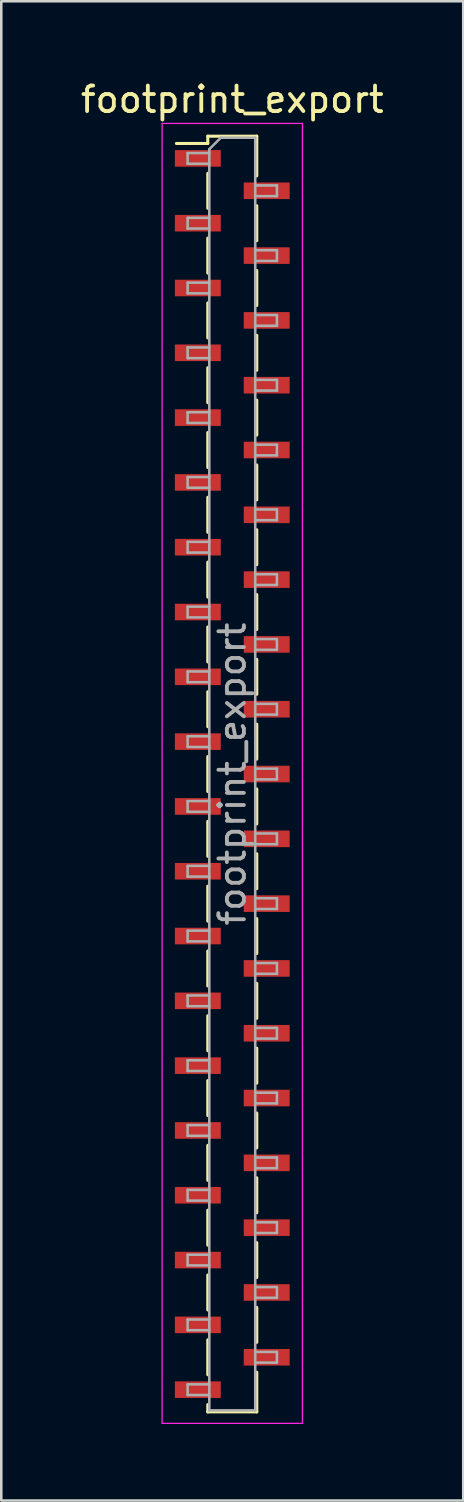
<source format=kicad_pcb>
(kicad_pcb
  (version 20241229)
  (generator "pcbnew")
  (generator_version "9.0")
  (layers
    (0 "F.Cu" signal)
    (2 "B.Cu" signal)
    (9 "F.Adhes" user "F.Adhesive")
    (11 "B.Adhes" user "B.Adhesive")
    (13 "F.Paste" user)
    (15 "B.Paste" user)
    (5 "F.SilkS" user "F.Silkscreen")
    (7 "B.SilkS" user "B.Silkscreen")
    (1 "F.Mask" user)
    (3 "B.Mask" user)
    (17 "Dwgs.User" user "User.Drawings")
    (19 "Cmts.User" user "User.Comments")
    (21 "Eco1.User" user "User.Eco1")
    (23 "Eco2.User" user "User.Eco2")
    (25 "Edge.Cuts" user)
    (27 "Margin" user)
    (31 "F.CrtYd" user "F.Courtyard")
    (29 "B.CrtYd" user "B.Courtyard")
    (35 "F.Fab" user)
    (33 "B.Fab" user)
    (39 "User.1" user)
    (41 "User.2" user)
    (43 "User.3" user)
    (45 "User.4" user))
  (footprint "footprint_export"
    (layer "F.Cu")
    (at 6.054 27.288)
    (property "Reference" "footprint_export" (at 0 -26.44 0) (layer "F.SilkS") (effects (font (size 1 1) (thickness 0.15))))
    (attr smd)
    (fp_line (start -2.19 -24.715) (end -0.96 -24.715) (stroke (width 0.12) (type solid)) (layer "F.SilkS"))
    (fp_line (start -0.96 -25) (end -0.96 -24.715) (stroke (width 0.12) (type solid)) (layer "F.SilkS"))
    (fp_line (start -0.96 -25) (end 0.96 -25) (stroke (width 0.12) (type solid)) (layer "F.SilkS"))
    (fp_line (start -0.96 -23.545) (end -0.96 -22.175) (stroke (width 0.12) (type solid)) (layer "F.SilkS"))
    (fp_line (start -0.96 -21.005) (end -0.96 -19.635) (stroke (width 0.12) (type solid)) (layer "F.SilkS"))
    (fp_line (start -0.96 -18.465) (end -0.96 -17.095) (stroke (width 0.12) (type solid)) (layer "F.SilkS"))
    (fp_line (start -0.96 -15.925) (end -0.96 -14.555) (stroke (width 0.12) (type solid)) (layer "F.SilkS"))
    (fp_line (start -0.96 -13.385) (end -0.96 -12.015) (stroke (width 0.12) (type solid)) (layer "F.SilkS"))
    (fp_line (start -0.96 -10.845) (end -0.96 -9.475) (stroke (width 0.12) (type solid)) (layer "F.SilkS"))
    (fp_line (start -0.96 -8.305) (end -0.96 -6.935) (stroke (width 0.12) (type solid)) (layer "F.SilkS"))
    (fp_line (start -0.96 -5.765) (end -0.96 -4.395) (stroke (width 0.12) (type solid)) (layer "F.SilkS"))
    (fp_line (start -0.96 -3.225) (end -0.96 -1.855) (stroke (width 0.12) (type solid)) (layer "F.SilkS"))
    (fp_line (start -0.96 -0.685) (end -0.96 0.685) (stroke (width 0.12) (type solid)) (layer "F.SilkS"))
    (fp_line (start -0.96 1.855) (end -0.96 3.225) (stroke (width 0.12) (type solid)) (layer "F.SilkS"))
    (fp_line (start -0.96 4.395) (end -0.96 5.765) (stroke (width 0.12) (type solid)) (layer "F.SilkS"))
    (fp_line (start -0.96 6.935) (end -0.96 8.305) (stroke (width 0.12) (type solid)) (layer "F.SilkS"))
    (fp_line (start -0.96 9.475) (end -0.96 10.845) (stroke (width 0.12) (type solid)) (layer "F.SilkS"))
    (fp_line (start -0.96 12.015) (end -0.96 13.385) (stroke (width 0.12) (type solid)) (layer "F.SilkS"))
    (fp_line (start -0.96 14.555) (end -0.96 15.925) (stroke (width 0.12) (type solid)) (layer "F.SilkS"))
    (fp_line (start -0.96 17.095) (end -0.96 18.465) (stroke (width 0.12) (type solid)) (layer "F.SilkS"))
    (fp_line (start -0.96 19.635) (end -0.96 21.005) (stroke (width 0.12) (type solid)) (layer "F.SilkS"))
    (fp_line (start -0.96 22.175) (end -0.96 23.545) (stroke (width 0.12) (type solid)) (layer "F.SilkS"))
    (fp_line (start -0.96 24.715) (end -0.96 25) (stroke (width 0.12) (type solid)) (layer "F.SilkS"))
    (fp_line (start -0.96 25) (end 0.96 25) (stroke (width 0.12) (type solid)) (layer "F.SilkS"))
    (fp_line (start 0.96 -25) (end 0.96 -23.445) (stroke (width 0.12) (type solid)) (layer "F.SilkS"))
    (fp_line (start 0.96 -22.275) (end 0.96 -20.905) (stroke (width 0.12) (type solid)) (layer "F.SilkS"))
    (fp_line (start 0.96 -19.735) (end 0.96 -18.365) (stroke (width 0.12) (type solid)) (layer "F.SilkS"))
    (fp_line (start 0.96 -17.195) (end 0.96 -15.825) (stroke (width 0.12) (type solid)) (layer "F.SilkS"))
    (fp_line (start 0.96 -14.655) (end 0.96 -13.285) (stroke (width 0.12) (type solid)) (layer "F.SilkS"))
    (fp_line (start 0.96 -12.115) (end 0.96 -10.745) (stroke (width 0.12) (type solid)) (layer "F.SilkS"))
    (fp_line (start 0.96 -9.575) (end 0.96 -8.205) (stroke (width 0.12) (type solid)) (layer "F.SilkS"))
    (fp_line (start 0.96 -7.035) (end 0.96 -5.665) (stroke (width 0.12) (type solid)) (layer "F.SilkS"))
    (fp_line (start 0.96 -4.495) (end 0.96 -3.125) (stroke (width 0.12) (type solid)) (layer "F.SilkS"))
    (fp_line (start 0.96 -1.955) (end 0.96 -0.585) (stroke (width 0.12) (type solid)) (layer "F.SilkS"))
    (fp_line (start 0.96 0.585) (end 0.96 1.955) (stroke (width 0.12) (type solid)) (layer "F.SilkS"))
    (fp_line (start 0.96 3.125) (end 0.96 4.495) (stroke (width 0.12) (type solid)) (layer "F.SilkS"))
    (fp_line (start 0.96 5.665) (end 0.96 7.035) (stroke (width 0.12) (type solid)) (layer "F.SilkS"))
    (fp_line (start 0.96 8.205) (end 0.96 9.575) (stroke (width 0.12) (type solid)) (layer "F.SilkS"))
    (fp_line (start 0.96 10.745) (end 0.96 12.115) (stroke (width 0.12) (type solid)) (layer "F.SilkS"))
    (fp_line (start 0.96 13.285) (end 0.96 14.655) (stroke (width 0.12) (type solid)) (layer "F.SilkS"))
    (fp_line (start 0.96 15.825) (end 0.96 17.195) (stroke (width 0.12) (type solid)) (layer "F.SilkS"))
    (fp_line (start 0.96 18.365) (end 0.96 19.735) (stroke (width 0.12) (type solid)) (layer "F.SilkS"))
    (fp_line (start 0.96 20.905) (end 0.96 22.275) (stroke (width 0.12) (type solid)) (layer "F.SilkS"))
    (fp_line (start 0.96 23.445) (end 0.96 25) (stroke (width 0.12) (type solid)) (layer "F.SilkS"))
    (fp_line (start -2.75 -25.5) (end 2.75 -25.5) (stroke (width 0.05) (type solid)) (layer "F.CrtYd"))
    (fp_line (start -2.75 25.45) (end -2.75 -25.5) (stroke (width 0.05) (type solid)) (layer "F.CrtYd"))
    (fp_line (start 2.75 -25.5) (end 2.75 25.45) (stroke (width 0.05) (type solid)) (layer "F.CrtYd"))
    (fp_line (start 2.75 25.45) (end -2.75 25.45) (stroke (width 0.05) (type solid)) (layer "F.CrtYd"))
    (fp_line (start -1.75 -24.34) (end -0.9 -24.34) (stroke (width 0.1) (type solid)) (layer "F.Fab"))
    (fp_line (start -1.75 -23.92) (end -1.75 -24.34) (stroke (width 0.1) (type solid)) (layer "F.Fab"))
    (fp_line (start -1.75 -21.8) (end -0.9 -21.8) (stroke (width 0.1) (type solid)) (layer "F.Fab"))
    (fp_line (start -1.75 -21.38) (end -1.75 -21.8) (stroke (width 0.1) (type solid)) (layer "F.Fab"))
    (fp_line (start -1.75 -19.26) (end -0.9 -19.26) (stroke (width 0.1) (type solid)) (layer "F.Fab"))
    (fp_line (start -1.75 -18.84) (end -1.75 -19.26) (stroke (width 0.1) (type solid)) (layer "F.Fab"))
    (fp_line (start -1.75 -16.72) (end -0.9 -16.72) (stroke (width 0.1) (type solid)) (layer "F.Fab"))
    (fp_line (start -1.75 -16.3) (end -1.75 -16.72) (stroke (width 0.1) (type solid)) (layer "F.Fab"))
    (fp_line (start -1.75 -14.18) (end -0.9 -14.18) (stroke (width 0.1) (type solid)) (layer "F.Fab"))
    (fp_line (start -1.75 -13.76) (end -1.75 -14.18) (stroke (width 0.1) (type solid)) (layer "F.Fab"))
    (fp_line (start -1.75 -11.64) (end -0.9 -11.64) (stroke (width 0.1) (type solid)) (layer "F.Fab"))
    (fp_line (start -1.75 -11.22) (end -1.75 -11.64) (stroke (width 0.1) (type solid)) (layer "F.Fab"))
    (fp_line (start -1.75 -9.1) (end -0.9 -9.1) (stroke (width 0.1) (type solid)) (layer "F.Fab"))
    (fp_line (start -1.75 -8.68) (end -1.75 -9.1) (stroke (width 0.1) (type solid)) (layer "F.Fab"))
    (fp_line (start -1.75 -6.56) (end -0.9 -6.56) (stroke (width 0.1) (type solid)) (layer "F.Fab"))
    (fp_line (start -1.75 -6.14) (end -1.75 -6.56) (stroke (width 0.1) (type solid)) (layer "F.Fab"))
    (fp_line (start -1.75 -4.02) (end -0.9 -4.02) (stroke (width 0.1) (type solid)) (layer "F.Fab"))
    (fp_line (start -1.75 -3.6) (end -1.75 -4.02) (stroke (width 0.1) (type solid)) (layer "F.Fab"))
    (fp_line (start -1.75 -1.48) (end -0.9 -1.48) (stroke (width 0.1) (type solid)) (layer "F.Fab"))
    (fp_line (start -1.75 -1.06) (end -1.75 -1.48) (stroke (width 0.1) (type solid)) (layer "F.Fab"))
    (fp_line (start -1.75 1.06) (end -0.9 1.06) (stroke (width 0.1) (type solid)) (layer "F.Fab"))
    (fp_line (start -1.75 1.48) (end -1.75 1.06) (stroke (width 0.1) (type solid)) (layer "F.Fab"))
    (fp_line (start -1.75 3.6) (end -0.9 3.6) (stroke (width 0.1) (type solid)) (layer "F.Fab"))
    (fp_line (start -1.75 4.02) (end -1.75 3.6) (stroke (width 0.1) (type solid)) (layer "F.Fab"))
    (fp_line (start -1.75 6.14) (end -0.9 6.14) (stroke (width 0.1) (type solid)) (layer "F.Fab"))
    (fp_line (start -1.75 6.56) (end -1.75 6.14) (stroke (width 0.1) (type solid)) (layer "F.Fab"))
    (fp_line (start -1.75 8.68) (end -0.9 8.68) (stroke (width 0.1) (type solid)) (layer "F.Fab"))
    (fp_line (start -1.75 9.1) (end -1.75 8.68) (stroke (width 0.1) (type solid)) (layer "F.Fab"))
    (fp_line (start -1.75 11.22) (end -0.9 11.22) (stroke (width 0.1) (type solid)) (layer "F.Fab"))
    (fp_line (start -1.75 11.64) (end -1.75 11.22) (stroke (width 0.1) (type solid)) (layer "F.Fab"))
    (fp_line (start -1.75 13.76) (end -0.9 13.76) (stroke (width 0.1) (type solid)) (layer "F.Fab"))
    (fp_line (start -1.75 14.18) (end -1.75 13.76) (stroke (width 0.1) (type solid)) (layer "F.Fab"))
    (fp_line (start -1.75 16.3) (end -0.9 16.3) (stroke (width 0.1) (type solid)) (layer "F.Fab"))
    (fp_line (start -1.75 16.72) (end -1.75 16.3) (stroke (width 0.1) (type solid)) (layer "F.Fab"))
    (fp_line (start -1.75 18.84) (end -0.9 18.84) (stroke (width 0.1) (type solid)) (layer "F.Fab"))
    (fp_line (start -1.75 19.26) (end -1.75 18.84) (stroke (width 0.1) (type solid)) (layer "F.Fab"))
    (fp_line (start -1.75 21.38) (end -0.9 21.38) (stroke (width 0.1) (type solid)) (layer "F.Fab"))
    (fp_line (start -1.75 21.8) (end -1.75 21.38) (stroke (width 0.1) (type solid)) (layer "F.Fab"))
    (fp_line (start -1.75 23.92) (end -0.9 23.92) (stroke (width 0.1) (type solid)) (layer "F.Fab"))
    (fp_line (start -1.75 24.34) (end -1.75 23.92) (stroke (width 0.1) (type solid)) (layer "F.Fab"))
    (fp_line (start -0.9 -24.49) (end -0.45 -24.94) (stroke (width 0.1) (type solid)) (layer "F.Fab"))
    (fp_line (start -0.9 -23.92) (end -1.75 -23.92) (stroke (width 0.1) (type solid)) (layer "F.Fab"))
    (fp_line (start -0.9 -21.38) (end -1.75 -21.38) (stroke (width 0.1) (type solid)) (layer "F.Fab"))
    (fp_line (start -0.9 -18.84) (end -1.75 -18.84) (stroke (width 0.1) (type solid)) (layer "F.Fab"))
    (fp_line (start -0.9 -16.3) (end -1.75 -16.3) (stroke (width 0.1) (type solid)) (layer "F.Fab"))
    (fp_line (start -0.9 -13.76) (end -1.75 -13.76) (stroke (width 0.1) (type solid)) (layer "F.Fab"))
    (fp_line (start -0.9 -11.22) (end -1.75 -11.22) (stroke (width 0.1) (type solid)) (layer "F.Fab"))
    (fp_line (start -0.9 -8.68) (end -1.75 -8.68) (stroke (width 0.1) (type solid)) (layer "F.Fab"))
    (fp_line (start -0.9 -6.14) (end -1.75 -6.14) (stroke (width 0.1) (type solid)) (layer "F.Fab"))
    (fp_line (start -0.9 -3.6) (end -1.75 -3.6) (stroke (width 0.1) (type solid)) (layer "F.Fab"))
    (fp_line (start -0.9 -1.06) (end -1.75 -1.06) (stroke (width 0.1) (type solid)) (layer "F.Fab"))
    (fp_line (start -0.9 1.48) (end -1.75 1.48) (stroke (width 0.1) (type solid)) (layer "F.Fab"))
    (fp_line (start -0.9 4.02) (end -1.75 4.02) (stroke (width 0.1) (type solid)) (layer "F.Fab"))
    (fp_line (start -0.9 6.56) (end -1.75 6.56) (stroke (width 0.1) (type solid)) (layer "F.Fab"))
    (fp_line (start -0.9 9.1) (end -1.75 9.1) (stroke (width 0.1) (type solid)) (layer "F.Fab"))
    (fp_line (start -0.9 11.64) (end -1.75 11.64) (stroke (width 0.1) (type solid)) (layer "F.Fab"))
    (fp_line (start -0.9 14.18) (end -1.75 14.18) (stroke (width 0.1) (type solid)) (layer "F.Fab"))
    (fp_line (start -0.9 16.72) (end -1.75 16.72) (stroke (width 0.1) (type solid)) (layer "F.Fab"))
    (fp_line (start -0.9 19.26) (end -1.75 19.26) (stroke (width 0.1) (type solid)) (layer "F.Fab"))
    (fp_line (start -0.9 21.8) (end -1.75 21.8) (stroke (width 0.1) (type solid)) (layer "F.Fab"))
    (fp_line (start -0.9 24.34) (end -1.75 24.34) (stroke (width 0.1) (type solid)) (layer "F.Fab"))
    (fp_line (start -0.9 24.94) (end -0.9 -24.49) (stroke (width 0.1) (type solid)) (layer "F.Fab"))
    (fp_line (start -0.45 -24.94) (end 0.9 -24.94) (stroke (width 0.1) (type solid)) (layer "F.Fab"))
    (fp_line (start 0.9 -24.94) (end 0.9 24.94) (stroke (width 0.1) (type solid)) (layer "F.Fab"))
    (fp_line (start 0.9 -23.07) (end 1.75 -23.07) (stroke (width 0.1) (type solid)) (layer "F.Fab"))
    (fp_line (start 0.9 -20.53) (end 1.75 -20.53) (stroke (width 0.1) (type solid)) (layer "F.Fab"))
    (fp_line (start 0.9 -17.99) (end 1.75 -17.99) (stroke (width 0.1) (type solid)) (layer "F.Fab"))
    (fp_line (start 0.9 -15.45) (end 1.75 -15.45) (stroke (width 0.1) (type solid)) (layer "F.Fab"))
    (fp_line (start 0.9 -12.91) (end 1.75 -12.91) (stroke (width 0.1) (type solid)) (layer "F.Fab"))
    (fp_line (start 0.9 -10.37) (end 1.75 -10.37) (stroke (width 0.1) (type solid)) (layer "F.Fab"))
    (fp_line (start 0.9 -7.83) (end 1.75 -7.83) (stroke (width 0.1) (type solid)) (layer "F.Fab"))
    (fp_line (start 0.9 -5.29) (end 1.75 -5.29) (stroke (width 0.1) (type solid)) (layer "F.Fab"))
    (fp_line (start 0.9 -2.75) (end 1.75 -2.75) (stroke (width 0.1) (type solid)) (layer "F.Fab"))
    (fp_line (start 0.9 -0.21) (end 1.75 -0.21) (stroke (width 0.1) (type solid)) (layer "F.Fab"))
    (fp_line (start 0.9 2.33) (end 1.75 2.33) (stroke (width 0.1) (type solid)) (layer "F.Fab"))
    (fp_line (start 0.9 4.87) (end 1.75 4.87) (stroke (width 0.1) (type solid)) (layer "F.Fab"))
    (fp_line (start 0.9 7.41) (end 1.75 7.41) (stroke (width 0.1) (type solid)) (layer "F.Fab"))
    (fp_line (start 0.9 9.95) (end 1.75 9.95) (stroke (width 0.1) (type solid)) (layer "F.Fab"))
    (fp_line (start 0.9 12.49) (end 1.75 12.49) (stroke (width 0.1) (type solid)) (layer "F.Fab"))
    (fp_line (start 0.9 15.03) (end 1.75 15.03) (stroke (width 0.1) (type solid)) (layer "F.Fab"))
    (fp_line (start 0.9 17.57) (end 1.75 17.57) (stroke (width 0.1) (type solid)) (layer "F.Fab"))
    (fp_line (start 0.9 20.11) (end 1.75 20.11) (stroke (width 0.1) (type solid)) (layer "F.Fab"))
    (fp_line (start 0.9 22.65) (end 1.75 22.65) (stroke (width 0.1) (type solid)) (layer "F.Fab"))
    (fp_line (start 0.9 24.94) (end -0.9 24.94) (stroke (width 0.1) (type solid)) (layer "F.Fab"))
    (fp_line (start 1.75 -23.07) (end 1.75 -22.65) (stroke (width 0.1) (type solid)) (layer "F.Fab"))
    (fp_line (start 1.75 -22.65) (end 0.9 -22.65) (stroke (width 0.1) (type solid)) (layer "F.Fab"))
    (fp_line (start 1.75 -20.53) (end 1.75 -20.11) (stroke (width 0.1) (type solid)) (layer "F.Fab"))
    (fp_line (start 1.75 -20.11) (end 0.9 -20.11) (stroke (width 0.1) (type solid)) (layer "F.Fab"))
    (fp_line (start 1.75 -17.99) (end 1.75 -17.57) (stroke (width 0.1) (type solid)) (layer "F.Fab"))
    (fp_line (start 1.75 -17.57) (end 0.9 -17.57) (stroke (width 0.1) (type solid)) (layer "F.Fab"))
    (fp_line (start 1.75 -15.45) (end 1.75 -15.03) (stroke (width 0.1) (type solid)) (layer "F.Fab"))
    (fp_line (start 1.75 -15.03) (end 0.9 -15.03) (stroke (width 0.1) (type solid)) (layer "F.Fab"))
    (fp_line (start 1.75 -12.91) (end 1.75 -12.49) (stroke (width 0.1) (type solid)) (layer "F.Fab"))
    (fp_line (start 1.75 -12.49) (end 0.9 -12.49) (stroke (width 0.1) (type solid)) (layer "F.Fab"))
    (fp_line (start 1.75 -10.37) (end 1.75 -9.95) (stroke (width 0.1) (type solid)) (layer "F.Fab"))
    (fp_line (start 1.75 -9.95) (end 0.9 -9.95) (stroke (width 0.1) (type solid)) (layer "F.Fab"))
    (fp_line (start 1.75 -7.83) (end 1.75 -7.41) (stroke (width 0.1) (type solid)) (layer "F.Fab"))
    (fp_line (start 1.75 -7.41) (end 0.9 -7.41) (stroke (width 0.1) (type solid)) (layer "F.Fab"))
    (fp_line (start 1.75 -5.29) (end 1.75 -4.87) (stroke (width 0.1) (type solid)) (layer "F.Fab"))
    (fp_line (start 1.75 -4.87) (end 0.9 -4.87) (stroke (width 0.1) (type solid)) (layer "F.Fab"))
    (fp_line (start 1.75 -2.75) (end 1.75 -2.33) (stroke (width 0.1) (type solid)) (layer "F.Fab"))
    (fp_line (start 1.75 -2.33) (end 0.9 -2.33) (stroke (width 0.1) (type solid)) (layer "F.Fab"))
    (fp_line (start 1.75 -0.21) (end 1.75 0.21) (stroke (width 0.1) (type solid)) (layer "F.Fab"))
    (fp_line (start 1.75 0.21) (end 0.9 0.21) (stroke (width 0.1) (type solid)) (layer "F.Fab"))
    (fp_line (start 1.75 2.33) (end 1.75 2.75) (stroke (width 0.1) (type solid)) (layer "F.Fab"))
    (fp_line (start 1.75 2.75) (end 0.9 2.75) (stroke (width 0.1) (type solid)) (layer "F.Fab"))
    (fp_line (start 1.75 4.87) (end 1.75 5.29) (stroke (width 0.1) (type solid)) (layer "F.Fab"))
    (fp_line (start 1.75 5.29) (end 0.9 5.29) (stroke (width 0.1) (type solid)) (layer "F.Fab"))
    (fp_line (start 1.75 7.41) (end 1.75 7.83) (stroke (width 0.1) (type solid)) (layer "F.Fab"))
    (fp_line (start 1.75 7.83) (end 0.9 7.83) (stroke (width 0.1) (type solid)) (layer "F.Fab"))
    (fp_line (start 1.75 9.95) (end 1.75 10.37) (stroke (width 0.1) (type solid)) (layer "F.Fab"))
    (fp_line (start 1.75 10.37) (end 0.9 10.37) (stroke (width 0.1) (type solid)) (layer "F.Fab"))
    (fp_line (start 1.75 12.49) (end 1.75 12.91) (stroke (width 0.1) (type solid)) (layer "F.Fab"))
    (fp_line (start 1.75 12.91) (end 0.9 12.91) (stroke (width 0.1) (type solid)) (layer "F.Fab"))
    (fp_line (start 1.75 15.03) (end 1.75 15.45) (stroke (width 0.1) (type solid)) (layer "F.Fab"))
    (fp_line (start 1.75 15.45) (end 0.9 15.45) (stroke (width 0.1) (type solid)) (layer "F.Fab"))
    (fp_line (start 1.75 17.57) (end 1.75 17.99) (stroke (width 0.1) (type solid)) (layer "F.Fab"))
    (fp_line (start 1.75 17.99) (end 0.9 17.99) (stroke (width 0.1) (type solid)) (layer "F.Fab"))
    (fp_line (start 1.75 20.11) (end 1.75 20.53) (stroke (width 0.1) (type solid)) (layer "F.Fab"))
    (fp_line (start 1.75 20.53) (end 0.9 20.53) (stroke (width 0.1) (type solid)) (layer "F.Fab"))
    (fp_line (start 1.75 22.65) (end 1.75 23.07) (stroke (width 0.1) (type solid)) (layer "F.Fab"))
    (fp_line (start 1.75 23.07) (end 0.9 23.07) (stroke (width 0.1) (type solid)) (layer "F.Fab"))
    (fp_text user "${REFERENCE}" (at 0 0 90) (layer "F.Fab") (effects (font (size 1 1) (thickness 0.15))))
    (pad "1" smd rect (at -1.35 -24.13) (size 1.8 0.65) (layers "F.Cu" "F.Mask" "F.Paste"))
    (pad "2" smd rect (at 1.35 -22.86) (size 1.8 0.65) (layers "F.Cu" "F.Mask" "F.Paste"))
    (pad "3" smd rect (at -1.35 -21.59) (size 1.8 0.65) (layers "F.Cu" "F.Mask" "F.Paste"))
    (pad "4" smd rect (at 1.35 -20.32) (size 1.8 0.65) (layers "F.Cu" "F.Mask" "F.Paste"))
    (pad "5" smd rect (at -1.35 -19.05) (size 1.8 0.65) (layers "F.Cu" "F.Mask" "F.Paste"))
    (pad "6" smd rect (at 1.35 -17.78) (size 1.8 0.65) (layers "F.Cu" "F.Mask" "F.Paste"))
    (pad "7" smd rect (at -1.35 -16.51) (size 1.8 0.65) (layers "F.Cu" "F.Mask" "F.Paste"))
    (pad "8" smd rect (at 1.35 -15.24) (size 1.8 0.65) (layers "F.Cu" "F.Mask" "F.Paste"))
    (pad "9" smd rect (at -1.35 -13.97) (size 1.8 0.65) (layers "F.Cu" "F.Mask" "F.Paste"))
    (pad "10" smd rect (at 1.35 -12.7) (size 1.8 0.65) (layers "F.Cu" "F.Mask" "F.Paste"))
    (pad "11" smd rect (at -1.35 -11.43) (size 1.8 0.65) (layers "F.Cu" "F.Mask" "F.Paste"))
    (pad "12" smd rect (at 1.35 -10.16) (size 1.8 0.65) (layers "F.Cu" "F.Mask" "F.Paste"))
    (pad "13" smd rect (at -1.35 -8.89) (size 1.8 0.65) (layers "F.Cu" "F.Mask" "F.Paste"))
    (pad "14" smd rect (at 1.35 -7.62) (size 1.8 0.65) (layers "F.Cu" "F.Mask" "F.Paste"))
    (pad "15" smd rect (at -1.35 -6.35) (size 1.8 0.65) (layers "F.Cu" "F.Mask" "F.Paste"))
    (pad "16" smd rect (at 1.35 -5.08) (size 1.8 0.65) (layers "F.Cu" "F.Mask" "F.Paste"))
    (pad "17" smd rect (at -1.35 -3.81) (size 1.8 0.65) (layers "F.Cu" "F.Mask" "F.Paste"))
    (pad "18" smd rect (at 1.35 -2.54) (size 1.8 0.65) (layers "F.Cu" "F.Mask" "F.Paste"))
    (pad "19" smd rect (at -1.35 -1.27) (size 1.8 0.65) (layers "F.Cu" "F.Mask" "F.Paste"))
    (pad "20" smd rect (at 1.35 0) (size 1.8 0.65) (layers "F.Cu" "F.Mask" "F.Paste"))
    (pad "21" smd rect (at -1.35 1.27) (size 1.8 0.65) (layers "F.Cu" "F.Mask" "F.Paste"))
    (pad "22" smd rect (at 1.35 2.54) (size 1.8 0.65) (layers "F.Cu" "F.Mask" "F.Paste"))
    (pad "23" smd rect (at -1.35 3.81) (size 1.8 0.65) (layers "F.Cu" "F.Mask" "F.Paste"))
    (pad "24" smd rect (at 1.35 5.08) (size 1.8 0.65) (layers "F.Cu" "F.Mask" "F.Paste"))
    (pad "25" smd rect (at -1.35 6.35) (size 1.8 0.65) (layers "F.Cu" "F.Mask" "F.Paste"))
    (pad "26" smd rect (at 1.35 7.62) (size 1.8 0.65) (layers "F.Cu" "F.Mask" "F.Paste"))
    (pad "27" smd rect (at -1.35 8.89) (size 1.8 0.65) (layers "F.Cu" "F.Mask" "F.Paste"))
    (pad "28" smd rect (at 1.35 10.16) (size 1.8 0.65) (layers "F.Cu" "F.Mask" "F.Paste"))
    (pad "29" smd rect (at -1.35 11.43) (size 1.8 0.65) (layers "F.Cu" "F.Mask" "F.Paste"))
    (pad "30" smd rect (at 1.35 12.7) (size 1.8 0.65) (layers "F.Cu" "F.Mask" "F.Paste"))
    (pad "31" smd rect (at -1.35 13.97) (size 1.8 0.65) (layers "F.Cu" "F.Mask" "F.Paste"))
    (pad "32" smd rect (at 1.35 15.24) (size 1.8 0.65) (layers "F.Cu" "F.Mask" "F.Paste"))
    (pad "33" smd rect (at -1.35 16.51) (size 1.8 0.65) (layers "F.Cu" "F.Mask" "F.Paste"))
    (pad "34" smd rect (at 1.35 17.78) (size 1.8 0.65) (layers "F.Cu" "F.Mask" "F.Paste"))
    (pad "35" smd rect (at -1.35 19.05) (size 1.8 0.65) (layers "F.Cu" "F.Mask" "F.Paste"))
    (pad "36" smd rect (at 1.35 20.32) (size 1.8 0.65) (layers "F.Cu" "F.Mask" "F.Paste"))
    (pad "37" smd rect (at -1.35 21.59) (size 1.8 0.65) (layers "F.Cu" "F.Mask" "F.Paste"))
    (pad "38" smd rect (at 1.35 22.86) (size 1.8 0.65) (layers "F.Cu" "F.Mask" "F.Paste"))
    (pad "39" smd rect (at -1.35 24.13) (size 1.8 0.65) (layers "F.Cu" "F.Mask" "F.Paste")))
  (gr_rect
    (start -3 -3)
    (end 15.107 55.763)
    (stroke (width 0.1) (type default))
    (fill no)
    (layer "Edge.Cuts")))
</source>
